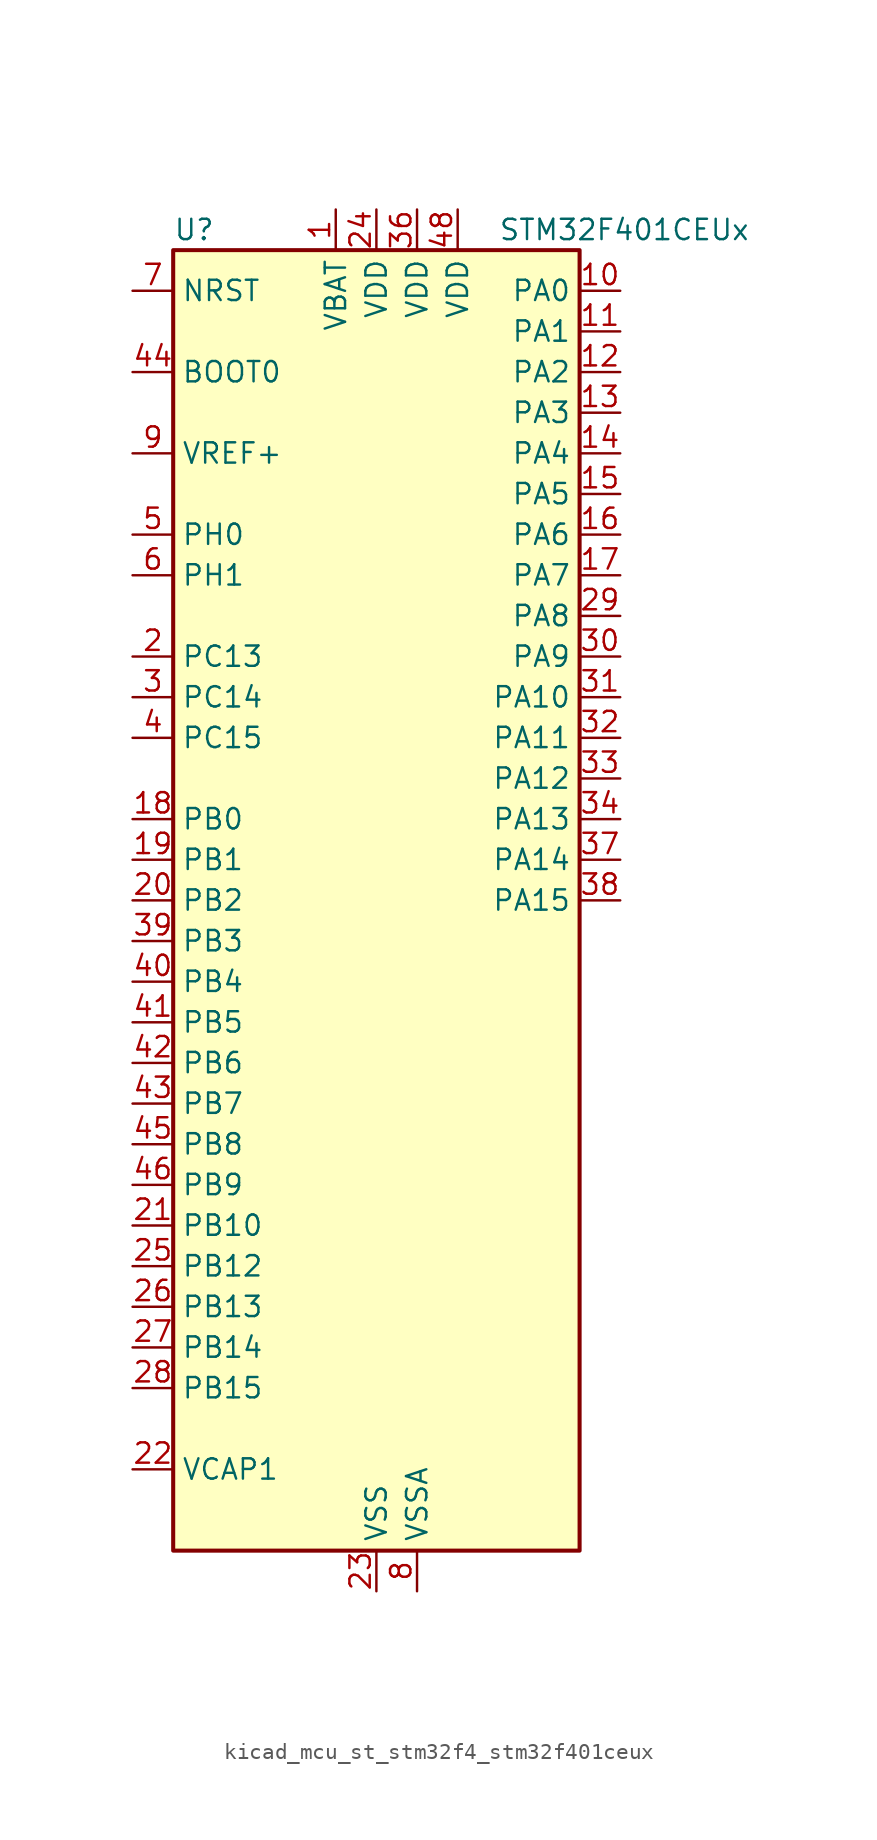
<source format=kicad_sym>
(kicad_symbol_lib
  (version 20220914)
  (generator kicad_symbol_editor)
  (symbol "kicad_mcu_st_stm32f4_stm32f401ceux"
    (property "Reference" "U"
      (at -12.7 41.91 0)
      (effects (font (size 1.27 1.27)) (justify left)))
    (property "Value" "STM32F401CEUx"
      (at 7.62 41.91 0)
      (effects (font (size 1.27 1.27)) (justify left)))
    (property "ki_locked" ""
      (at 0 0 0)
      (effects (font (size 1.27 1.27))))
    (symbol "kicad_mcu_st_stm32f4_stm32f401ceux_0_1"
      (rectangle (start -12.7 -40.64) (end 12.7 40.64) (stroke (width 0.254) (type default)) (fill (type background))))
    (symbol "kicad_mcu_st_stm32f4_stm32f401ceux_1_1"
      (pin power_in line (at -2.54 43.18 270) (length 2.54) (name "VBAT" (effects (font (size 1.27 1.27)))) (number "1" (effects (font (size 1.27 1.27)))))
      (pin bidirectional line (at 15.24 38.1 180) (length 2.54) (name "PA0" (effects (font (size 1.27 1.27)))) (number "10" (effects (font (size 1.27 1.27)))) (alternate "ADC1_IN0" bidirectional line) (alternate "SYS_WKUP" bidirectional line) (alternate "TIM2_CH1" bidirectional line) (alternate "TIM2_ETR" bidirectional line) (alternate "TIM5_CH1" bidirectional line) (alternate "USART2_CTS" bidirectional line))
      (pin bidirectional line (at 15.24 35.56 180) (length 2.54) (name "PA1" (effects (font (size 1.27 1.27)))) (number "11" (effects (font (size 1.27 1.27)))) (alternate "ADC1_IN1" bidirectional line) (alternate "TIM2_CH2" bidirectional line) (alternate "TIM5_CH2" bidirectional line) (alternate "USART2_RTS" bidirectional line))
      (pin bidirectional line (at 15.24 33.02 180) (length 2.54) (name "PA2" (effects (font (size 1.27 1.27)))) (number "12" (effects (font (size 1.27 1.27)))) (alternate "ADC1_IN2" bidirectional line) (alternate "TIM2_CH3" bidirectional line) (alternate "TIM5_CH3" bidirectional line) (alternate "TIM9_CH1" bidirectional line) (alternate "USART2_TX" bidirectional line))
      (pin bidirectional line (at 15.24 30.48 180) (length 2.54) (name "PA3" (effects (font (size 1.27 1.27)))) (number "13" (effects (font (size 1.27 1.27)))) (alternate "ADC1_IN3" bidirectional line) (alternate "TIM2_CH4" bidirectional line) (alternate "TIM5_CH4" bidirectional line) (alternate "TIM9_CH2" bidirectional line) (alternate "USART2_RX" bidirectional line))
      (pin bidirectional line (at 15.24 27.94 180) (length 2.54) (name "PA4" (effects (font (size 1.27 1.27)))) (number "14" (effects (font (size 1.27 1.27)))) (alternate "ADC1_IN4" bidirectional line) (alternate "I2S3_WS" bidirectional line) (alternate "SPI1_NSS" bidirectional line) (alternate "SPI3_NSS" bidirectional line) (alternate "USART2_CK" bidirectional line))
      (pin bidirectional line (at 15.24 25.4 180) (length 2.54) (name "PA5" (effects (font (size 1.27 1.27)))) (number "15" (effects (font (size 1.27 1.27)))) (alternate "ADC1_IN5" bidirectional line) (alternate "SPI1_SCK" bidirectional line) (alternate "TIM2_CH1" bidirectional line) (alternate "TIM2_ETR" bidirectional line))
      (pin bidirectional line (at 15.24 22.86 180) (length 2.54) (name "PA6" (effects (font (size 1.27 1.27)))) (number "16" (effects (font (size 1.27 1.27)))) (alternate "ADC1_IN6" bidirectional line) (alternate "SPI1_MISO" bidirectional line) (alternate "TIM1_BKIN" bidirectional line) (alternate "TIM3_CH1" bidirectional line))
      (pin bidirectional line (at 15.24 20.32 180) (length 2.54) (name "PA7" (effects (font (size 1.27 1.27)))) (number "17" (effects (font (size 1.27 1.27)))) (alternate "ADC1_IN7" bidirectional line) (alternate "SPI1_MOSI" bidirectional line) (alternate "TIM1_CH1N" bidirectional line) (alternate "TIM3_CH2" bidirectional line))
      (pin bidirectional line (at -15.24 5.08 0) (length 2.54) (name "PB0" (effects (font (size 1.27 1.27)))) (number "18" (effects (font (size 1.27 1.27)))) (alternate "ADC1_IN8" bidirectional line) (alternate "TIM1_CH2N" bidirectional line) (alternate "TIM3_CH3" bidirectional line))
      (pin bidirectional line (at -15.24 2.54 0) (length 2.54) (name "PB1" (effects (font (size 1.27 1.27)))) (number "19" (effects (font (size 1.27 1.27)))) (alternate "ADC1_IN9" bidirectional line) (alternate "TIM1_CH3N" bidirectional line) (alternate "TIM3_CH4" bidirectional line))
      (pin bidirectional line (at -15.24 15.24 0) (length 2.54) (name "PC13" (effects (font (size 1.27 1.27)))) (number "2" (effects (font (size 1.27 1.27)))) (alternate "RTC_AF1" bidirectional line))
      (pin bidirectional line (at -15.24 0 0) (length 2.54) (name "PB2" (effects (font (size 1.27 1.27)))) (number "20" (effects (font (size 1.27 1.27)))))
      (pin bidirectional line (at -15.24 -20.32 0) (length 2.54) (name "PB10" (effects (font (size 1.27 1.27)))) (number "21" (effects (font (size 1.27 1.27)))) (alternate "I2C2_SCL" bidirectional line) (alternate "I2S2_CK" bidirectional line) (alternate "SPI2_SCK" bidirectional line) (alternate "TIM2_CH3" bidirectional line))
      (pin power_out line (at -15.24 -35.56 0) (length 2.54) (name "VCAP1" (effects (font (size 1.27 1.27)))) (number "22" (effects (font (size 1.27 1.27)))))
      (pin power_in line (at 0 -43.18 90) (length 2.54) (name "VSS" (effects (font (size 1.27 1.27)))) (number "23" (effects (font (size 1.27 1.27)))))
      (pin power_in line (at 0 43.18 270) (length 2.54) (name "VDD" (effects (font (size 1.27 1.27)))) (number "24" (effects (font (size 1.27 1.27)))))
      (pin bidirectional line (at -15.24 -22.86 0) (length 2.54) (name "PB12" (effects (font (size 1.27 1.27)))) (number "25" (effects (font (size 1.27 1.27)))) (alternate "I2C2_SMBA" bidirectional line) (alternate "I2S2_WS" bidirectional line) (alternate "SPI2_NSS" bidirectional line) (alternate "TIM1_BKIN" bidirectional line))
      (pin bidirectional line (at -15.24 -25.4 0) (length 2.54) (name "PB13" (effects (font (size 1.27 1.27)))) (number "26" (effects (font (size 1.27 1.27)))) (alternate "I2S2_CK" bidirectional line) (alternate "SPI2_SCK" bidirectional line) (alternate "TIM1_CH1N" bidirectional line))
      (pin bidirectional line (at -15.24 -27.94 0) (length 2.54) (name "PB14" (effects (font (size 1.27 1.27)))) (number "27" (effects (font (size 1.27 1.27)))) (alternate "I2S2_ext_SD" bidirectional line) (alternate "SPI2_MISO" bidirectional line) (alternate "TIM1_CH2N" bidirectional line))
      (pin bidirectional line (at -15.24 -30.48 0) (length 2.54) (name "PB15" (effects (font (size 1.27 1.27)))) (number "28" (effects (font (size 1.27 1.27)))) (alternate "ADC1_EXTI15" bidirectional line) (alternate "I2S2_SD" bidirectional line) (alternate "RTC_REFIN" bidirectional line) (alternate "SPI2_MOSI" bidirectional line) (alternate "TIM1_CH3N" bidirectional line))
      (pin bidirectional line (at 15.24 17.78 180) (length 2.54) (name "PA8" (effects (font (size 1.27 1.27)))) (number "29" (effects (font (size 1.27 1.27)))) (alternate "I2C3_SCL" bidirectional line) (alternate "RCC_MCO_1" bidirectional line) (alternate "TIM1_CH1" bidirectional line) (alternate "USART1_CK" bidirectional line) (alternate "USB_OTG_FS_SOF" bidirectional line))
      (pin bidirectional line (at -15.24 12.7 0) (length 2.54) (name "PC14" (effects (font (size 1.27 1.27)))) (number "3" (effects (font (size 1.27 1.27)))) (alternate "RCC_OSC32_IN" bidirectional line))
      (pin bidirectional line (at 15.24 15.24 180) (length 2.54) (name "PA9" (effects (font (size 1.27 1.27)))) (number "30" (effects (font (size 1.27 1.27)))) (alternate "I2C3_SMBA" bidirectional line) (alternate "TIM1_CH2" bidirectional line) (alternate "USART1_TX" bidirectional line) (alternate "USB_OTG_FS_VBUS" bidirectional line))
      (pin bidirectional line (at 15.24 12.7 180) (length 2.54) (name "PA10" (effects (font (size 1.27 1.27)))) (number "31" (effects (font (size 1.27 1.27)))) (alternate "TIM1_CH3" bidirectional line) (alternate "USART1_RX" bidirectional line) (alternate "USB_OTG_FS_ID" bidirectional line))
      (pin bidirectional line (at 15.24 10.16 180) (length 2.54) (name "PA11" (effects (font (size 1.27 1.27)))) (number "32" (effects (font (size 1.27 1.27)))) (alternate "ADC1_EXTI11" bidirectional line) (alternate "TIM1_CH4" bidirectional line) (alternate "USART1_CTS" bidirectional line) (alternate "USART6_TX" bidirectional line) (alternate "USB_OTG_FS_DM" bidirectional line))
      (pin bidirectional line (at 15.24 7.62 180) (length 2.54) (name "PA12" (effects (font (size 1.27 1.27)))) (number "33" (effects (font (size 1.27 1.27)))) (alternate "TIM1_ETR" bidirectional line) (alternate "USART1_RTS" bidirectional line) (alternate "USART6_RX" bidirectional line) (alternate "USB_OTG_FS_DP" bidirectional line))
      (pin bidirectional line (at 15.24 5.08 180) (length 2.54) (name "PA13" (effects (font (size 1.27 1.27)))) (number "34" (effects (font (size 1.27 1.27)))) (alternate "SYS_JTMS-SWDIO" bidirectional line))
      (pin passive line (at 0 -43.18 90) (length 2.54) hide (name "VSS" (effects (font (size 1.27 1.27)))) (number "35" (effects (font (size 1.27 1.27)))))
      (pin power_in line (at 2.54 43.18 270) (length 2.54) (name "VDD" (effects (font (size 1.27 1.27)))) (number "36" (effects (font (size 1.27 1.27)))))
      (pin bidirectional line (at 15.24 2.54 180) (length 2.54) (name "PA14" (effects (font (size 1.27 1.27)))) (number "37" (effects (font (size 1.27 1.27)))) (alternate "SYS_JTCK-SWCLK" bidirectional line))
      (pin bidirectional line (at 15.24 0 180) (length 2.54) (name "PA15" (effects (font (size 1.27 1.27)))) (number "38" (effects (font (size 1.27 1.27)))) (alternate "ADC1_EXTI15" bidirectional line) (alternate "I2S3_WS" bidirectional line) (alternate "SPI1_NSS" bidirectional line) (alternate "SPI3_NSS" bidirectional line) (alternate "SYS_JTDI" bidirectional line) (alternate "TIM2_CH1" bidirectional line) (alternate "TIM2_ETR" bidirectional line))
      (pin bidirectional line (at -15.24 -2.54 0) (length 2.54) (name "PB3" (effects (font (size 1.27 1.27)))) (number "39" (effects (font (size 1.27 1.27)))) (alternate "I2C2_SDA" bidirectional line) (alternate "I2S3_CK" bidirectional line) (alternate "SPI1_SCK" bidirectional line) (alternate "SPI3_SCK" bidirectional line) (alternate "SYS_JTDO-SWO" bidirectional line) (alternate "TIM2_CH2" bidirectional line))
      (pin bidirectional line (at -15.24 10.16 0) (length 2.54) (name "PC15" (effects (font (size 1.27 1.27)))) (number "4" (effects (font (size 1.27 1.27)))) (alternate "ADC1_EXTI15" bidirectional line) (alternate "RCC_OSC32_OUT" bidirectional line))
      (pin bidirectional line (at -15.24 -5.08 0) (length 2.54) (name "PB4" (effects (font (size 1.27 1.27)))) (number "40" (effects (font (size 1.27 1.27)))) (alternate "I2C3_SDA" bidirectional line) (alternate "I2S3_ext_SD" bidirectional line) (alternate "SPI1_MISO" bidirectional line) (alternate "SPI3_MISO" bidirectional line) (alternate "SYS_JTRST" bidirectional line) (alternate "TIM3_CH1" bidirectional line))
      (pin bidirectional line (at -15.24 -7.62 0) (length 2.54) (name "PB5" (effects (font (size 1.27 1.27)))) (number "41" (effects (font (size 1.27 1.27)))) (alternate "I2C1_SMBA" bidirectional line) (alternate "I2S3_SD" bidirectional line) (alternate "SPI1_MOSI" bidirectional line) (alternate "SPI3_MOSI" bidirectional line) (alternate "TIM3_CH2" bidirectional line))
      (pin bidirectional line (at -15.24 -10.16 0) (length 2.54) (name "PB6" (effects (font (size 1.27 1.27)))) (number "42" (effects (font (size 1.27 1.27)))) (alternate "I2C1_SCL" bidirectional line) (alternate "TIM4_CH1" bidirectional line) (alternate "USART1_TX" bidirectional line))
      (pin bidirectional line (at -15.24 -12.7 0) (length 2.54) (name "PB7" (effects (font (size 1.27 1.27)))) (number "43" (effects (font (size 1.27 1.27)))) (alternate "I2C1_SDA" bidirectional line) (alternate "TIM4_CH2" bidirectional line) (alternate "USART1_RX" bidirectional line))
      (pin input line (at -15.24 33.02 0) (length 2.54) (name "BOOT0" (effects (font (size 1.27 1.27)))) (number "44" (effects (font (size 1.27 1.27)))))
      (pin bidirectional line (at -15.24 -15.24 0) (length 2.54) (name "PB8" (effects (font (size 1.27 1.27)))) (number "45" (effects (font (size 1.27 1.27)))) (alternate "I2C1_SCL" bidirectional line) (alternate "TIM10_CH1" bidirectional line) (alternate "TIM4_CH3" bidirectional line))
      (pin bidirectional line (at -15.24 -17.78 0) (length 2.54) (name "PB9" (effects (font (size 1.27 1.27)))) (number "46" (effects (font (size 1.27 1.27)))) (alternate "I2C1_SDA" bidirectional line) (alternate "I2S2_WS" bidirectional line) (alternate "SPI2_NSS" bidirectional line) (alternate "TIM11_CH1" bidirectional line) (alternate "TIM4_CH4" bidirectional line))
      (pin passive line (at 0 -43.18 90) (length 2.54) hide (name "VSS" (effects (font (size 1.27 1.27)))) (number "47" (effects (font (size 1.27 1.27)))))
      (pin power_in line (at 5.08 43.18 270) (length 2.54) (name "VDD" (effects (font (size 1.27 1.27)))) (number "48" (effects (font (size 1.27 1.27)))))
      (pin passive line (at 0 -43.18 90) (length 2.54) hide (name "VSS" (effects (font (size 1.27 1.27)))) (number "49" (effects (font (size 1.27 1.27)))))
      (pin bidirectional line (at -15.24 22.86 0) (length 2.54) (name "PH0" (effects (font (size 1.27 1.27)))) (number "5" (effects (font (size 1.27 1.27)))) (alternate "RCC_OSC_IN" bidirectional line))
      (pin bidirectional line (at -15.24 20.32 0) (length 2.54) (name "PH1" (effects (font (size 1.27 1.27)))) (number "6" (effects (font (size 1.27 1.27)))) (alternate "RCC_OSC_OUT" bidirectional line))
      (pin input line (at -15.24 38.1 0) (length 2.54) (name "NRST" (effects (font (size 1.27 1.27)))) (number "7" (effects (font (size 1.27 1.27)))))
      (pin power_in line (at 2.54 -43.18 90) (length 2.54) (name "VSSA" (effects (font (size 1.27 1.27)))) (number "8" (effects (font (size 1.27 1.27)))))
      (pin input line (at -15.24 27.94 0) (length 2.54) (name "VREF+" (effects (font (size 1.27 1.27)))) (number "9" (effects (font (size 1.27 1.27))))))))
</source>
